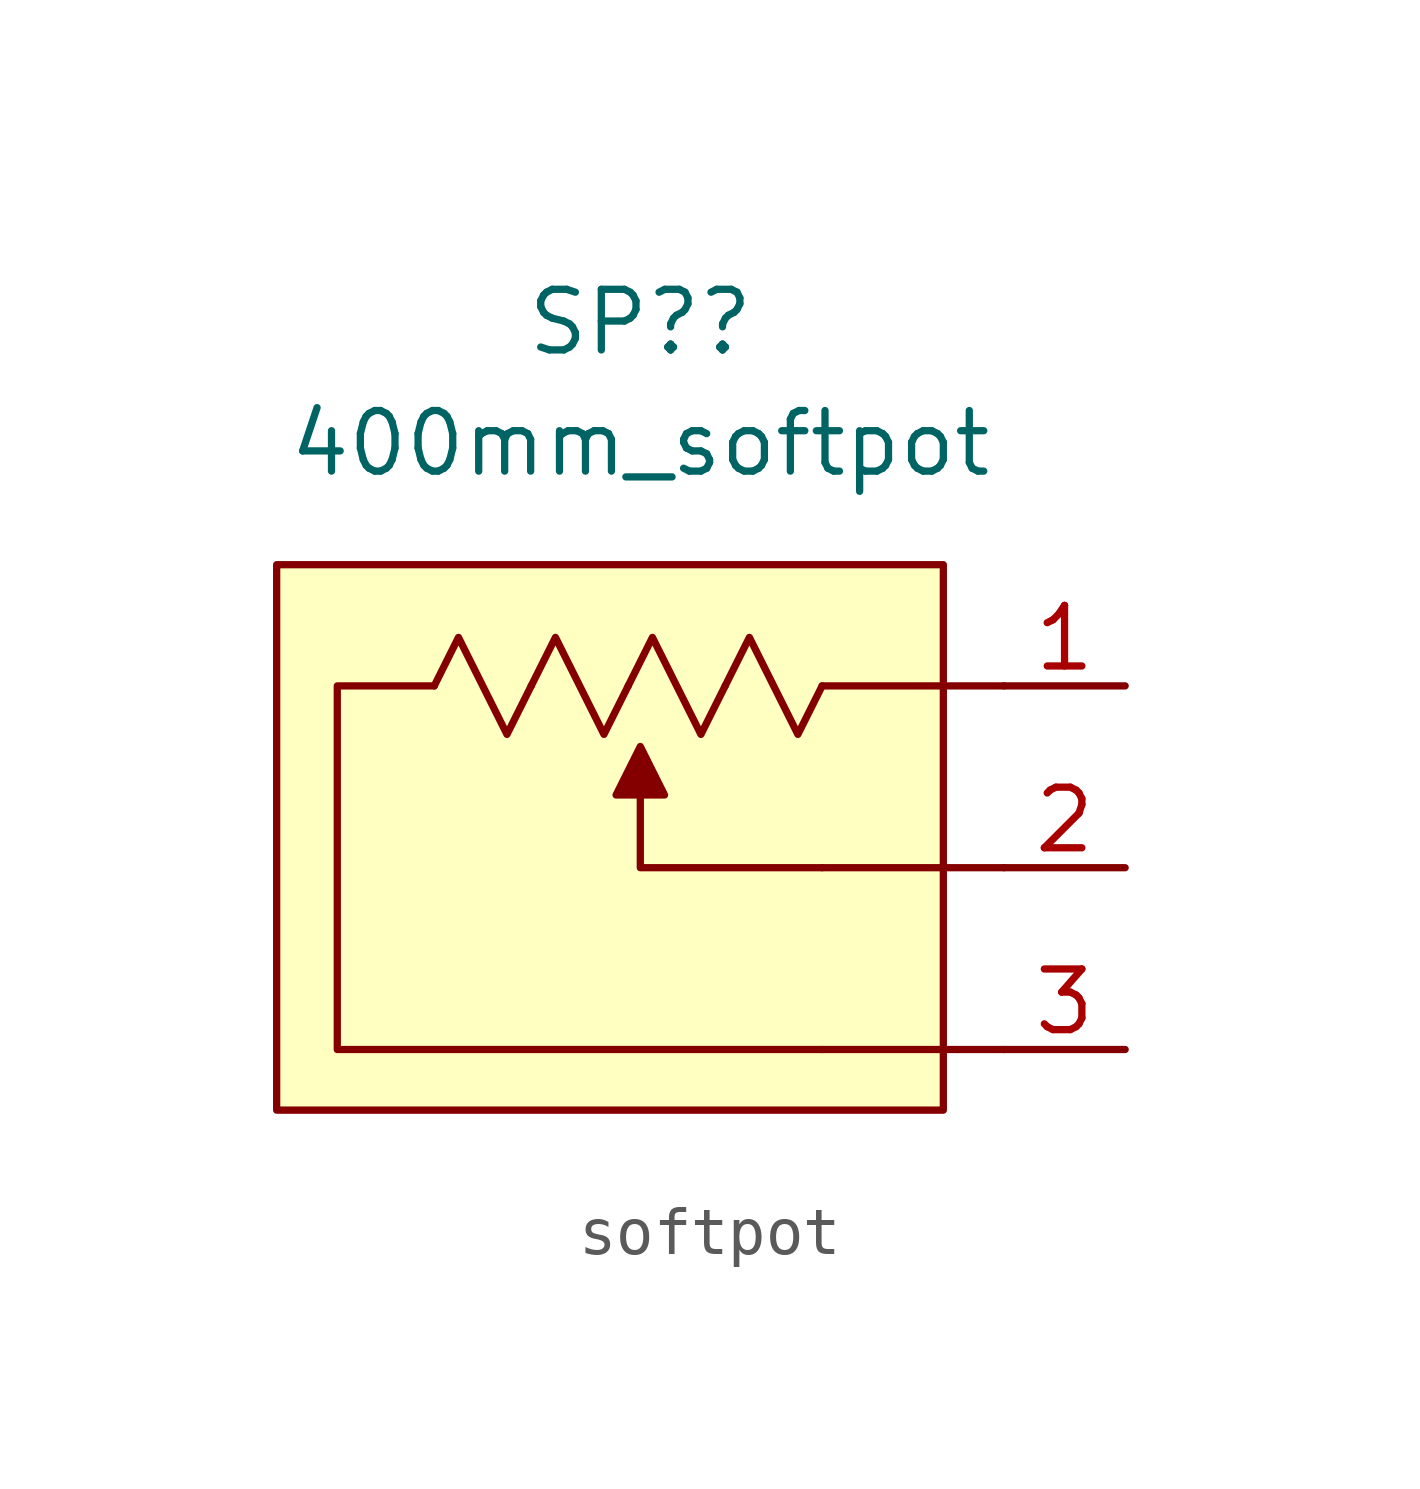
<source format=kicad_sym>
(kicad_symbol_lib
  (version 20220914)
  (generator kicad_symbol_editor)
  (symbol "softpot"
    (property "Reference" "SP?"
      (at 0 11.43 0)
      (effects (font (size 1.27 1.27))))
    (property "Value" "400mm_softpot"
      (at 0 8.89 0)
      (effects (font (size 1.27 1.27))))
    (symbol "softpot_0_1"
      (polyline (pts (xy 3.81 -3.81) (xy 7.62 -3.81)) (stroke (width 0) (type default)) (fill (type none)))
      (polyline (pts (xy 3.81 3.81) (xy 7.62 3.81)) (stroke (width 0) (type default)) (fill (type none)))
      (polyline (pts (xy 7.62 0) (xy 3.81 0)) (stroke (width 0) (type default)) (fill (type none)))
      (polyline (pts (xy 3.81 0) (xy 0 0) (xy 0 1.524)) (stroke (width 0) (type default)) (fill (type none)))
      (polyline (pts (xy -4.318 3.81) (xy -6.35 3.81) (xy -6.35 -3.81) (xy 3.81 -3.81)) (stroke (width 0) (type default)) (fill (type none)))
      (polyline (pts (xy -2.286 3.81) (xy -2.794 2.794) (xy -3.81 4.826) (xy -4.318 3.81)) (stroke (width 0) (type default)) (fill (type none)))
      (polyline (pts (xy -0.254 3.81) (xy -0.762 2.794) (xy -1.778 4.826) (xy -2.286 3.81)) (stroke (width 0) (type default)) (fill (type none)))
      (polyline (pts (xy 0 2.54) (xy 0.508 1.524) (xy -0.508 1.524) (xy 0 2.54)) (stroke (width 0) (type default)) (fill (type outline)))
      (polyline (pts (xy 1.778 3.81) (xy 1.27 2.794) (xy 0.254 4.826) (xy -0.254 3.81)) (stroke (width 0) (type default)) (fill (type none)))
      (polyline (pts (xy 3.81 3.81) (xy 3.302 2.794) (xy 2.286 4.826) (xy 1.778 3.81)) (stroke (width 0) (type default)) (fill (type none)))
      (rectangle (start 6.35 -5.08) (end -7.62 6.35) (stroke (width 0) (type default)) (fill (type background))))
    (symbol "softpot_1_1"
      (pin passive line (at 10.16 3.81 180) (length 2.54) (name "" (effects (font (size 1.27 1.27)))) (number "1" (effects (font (size 1.27 1.27)))))
      (pin passive line (at 10.16 0 180) (length 2.54) (name "" (effects (font (size 1.27 1.27)))) (number "2" (effects (font (size 1.27 1.27)))))
      (pin passive line (at 10.16 -3.81 180) (length 2.54) (name "" (effects (font (size 1.27 1.27)))) (number "3" (effects (font (size 1.27 1.27))))))))
</source>
